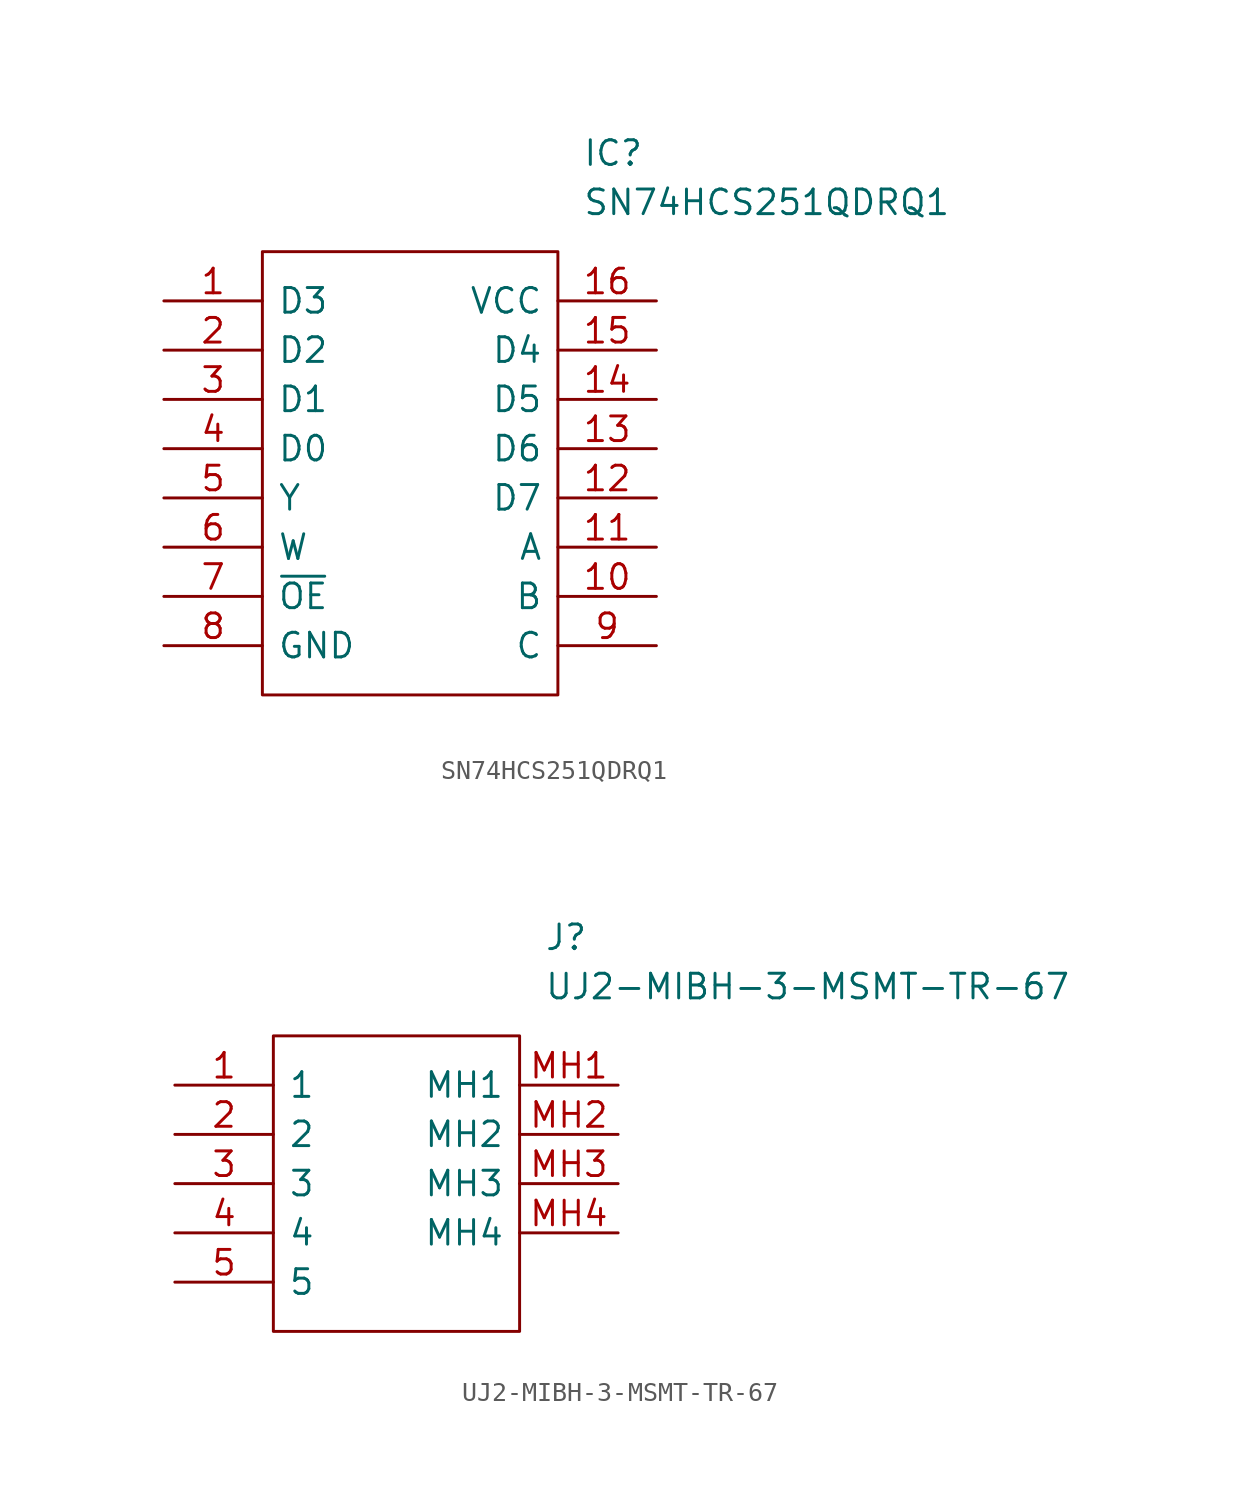
<source format=kicad_sym>
(kicad_symbol_lib
  (version 20211014)
  (generator kicad_symbol_editor)
  (symbol "SN74HCS251QDRQ1"
    (pin_names
      (offset 0.762))
    (property "Reference" "IC"
      (at 21.59 7.62 0)
      (effects (font (size 1.27 1.27)) (justify left)))
    (property "Value" "SN74HCS251QDRQ1"
      (at 21.59 5.08 0)
      (effects (font (size 1.27 1.27)) (justify left)))
    (symbol "SN74HCS251QDRQ1_0_0"
      (pin passive line (at 0 0 0) (length 5.08) (name "D3" (effects (font (size 1.27 1.27)))) (number "1" (effects (font (size 1.27 1.27)))))
      (pin passive line (at 25.4 -15.24 180) (length 5.08) (name "B" (effects (font (size 1.27 1.27)))) (number "10" (effects (font (size 1.27 1.27)))))
      (pin passive line (at 25.4 -12.7 180) (length 5.08) (name "A" (effects (font (size 1.27 1.27)))) (number "11" (effects (font (size 1.27 1.27)))))
      (pin passive line (at 25.4 -10.16 180) (length 5.08) (name "D7" (effects (font (size 1.27 1.27)))) (number "12" (effects (font (size 1.27 1.27)))))
      (pin passive line (at 25.4 -7.62 180) (length 5.08) (name "D6" (effects (font (size 1.27 1.27)))) (number "13" (effects (font (size 1.27 1.27)))))
      (pin passive line (at 25.4 -5.08 180) (length 5.08) (name "D5" (effects (font (size 1.27 1.27)))) (number "14" (effects (font (size 1.27 1.27)))))
      (pin passive line (at 25.4 -2.54 180) (length 5.08) (name "D4" (effects (font (size 1.27 1.27)))) (number "15" (effects (font (size 1.27 1.27)))))
      (pin passive line (at 25.4 0 180) (length 5.08) (name "VCC" (effects (font (size 1.27 1.27)))) (number "16" (effects (font (size 1.27 1.27)))))
      (pin passive line (at 0 -2.54 0) (length 5.08) (name "D2" (effects (font (size 1.27 1.27)))) (number "2" (effects (font (size 1.27 1.27)))))
      (pin passive line (at 0 -5.08 0) (length 5.08) (name "D1" (effects (font (size 1.27 1.27)))) (number "3" (effects (font (size 1.27 1.27)))))
      (pin passive line (at 0 -7.62 0) (length 5.08) (name "D0" (effects (font (size 1.27 1.27)))) (number "4" (effects (font (size 1.27 1.27)))))
      (pin passive line (at 0 -10.16 0) (length 5.08) (name "Y" (effects (font (size 1.27 1.27)))) (number "5" (effects (font (size 1.27 1.27)))))
      (pin passive line (at 0 -12.7 0) (length 5.08) (name "W" (effects (font (size 1.27 1.27)))) (number "6" (effects (font (size 1.27 1.27)))))
      (pin passive line (at 0 -15.24 0) (length 5.08) (name "~{OE}" (effects (font (size 1.27 1.27)))) (number "7" (effects (font (size 1.27 1.27)))))
      (pin passive line (at 0 -17.78 0) (length 5.08) (name "GND" (effects (font (size 1.27 1.27)))) (number "8" (effects (font (size 1.27 1.27)))))
      (pin passive line (at 25.4 -17.78 180) (length 5.08) (name "C" (effects (font (size 1.27 1.27)))) (number "9" (effects (font (size 1.27 1.27))))))
    (symbol "SN74HCS251QDRQ1_0_1"
      (polyline (pts (xy 5.08 2.54) (xy 20.32 2.54) (xy 20.32 -20.32) (xy 5.08 -20.32) (xy 5.08 2.54)) (stroke (width 0.152) (type default) (color 0 0 0 0)) (fill (type none)))))
  (symbol "UJ2-MIBH-3-MSMT-TR-67"
    (pin_names
      (offset 0.762))
    (property "Reference" "J"
      (at 19.05 7.62 0)
      (effects (font (size 1.27 1.27)) (justify left)))
    (property "Value" "UJ2-MIBH-3-MSMT-TR-67"
      (at 19.05 5.08 0)
      (effects (font (size 1.27 1.27)) (justify left)))
    (symbol "UJ2-MIBH-3-MSMT-TR-67_0_0"
      (pin passive line (at 0 0 0) (length 5.08) (name "1" (effects (font (size 1.27 1.27)))) (number "1" (effects (font (size 1.27 1.27)))))
      (pin passive line (at 0 -2.54 0) (length 5.08) (name "2" (effects (font (size 1.27 1.27)))) (number "2" (effects (font (size 1.27 1.27)))))
      (pin passive line (at 0 -5.08 0) (length 5.08) (name "3" (effects (font (size 1.27 1.27)))) (number "3" (effects (font (size 1.27 1.27)))))
      (pin passive line (at 0 -7.62 0) (length 5.08) (name "4" (effects (font (size 1.27 1.27)))) (number "4" (effects (font (size 1.27 1.27)))))
      (pin passive line (at 0 -10.16 0) (length 5.08) (name "5" (effects (font (size 1.27 1.27)))) (number "5" (effects (font (size 1.27 1.27)))))
      (pin passive line (at 22.86 0 180) (length 5.08) (name "MH1" (effects (font (size 1.27 1.27)))) (number "MH1" (effects (font (size 1.27 1.27)))))
      (pin passive line (at 22.86 -2.54 180) (length 5.08) (name "MH2" (effects (font (size 1.27 1.27)))) (number "MH2" (effects (font (size 1.27 1.27)))))
      (pin passive line (at 22.86 -5.08 180) (length 5.08) (name "MH3" (effects (font (size 1.27 1.27)))) (number "MH3" (effects (font (size 1.27 1.27)))))
      (pin passive line (at 22.86 -7.62 180) (length 5.08) (name "MH4" (effects (font (size 1.27 1.27)))) (number "MH4" (effects (font (size 1.27 1.27))))))
    (symbol "UJ2-MIBH-3-MSMT-TR-67_0_1"
      (polyline (pts (xy 5.08 2.54) (xy 17.78 2.54) (xy 17.78 -12.7) (xy 5.08 -12.7) (xy 5.08 2.54)) (stroke (width 0.152) (type default) (color 0 0 0 0)) (fill (type none))))))
</source>
